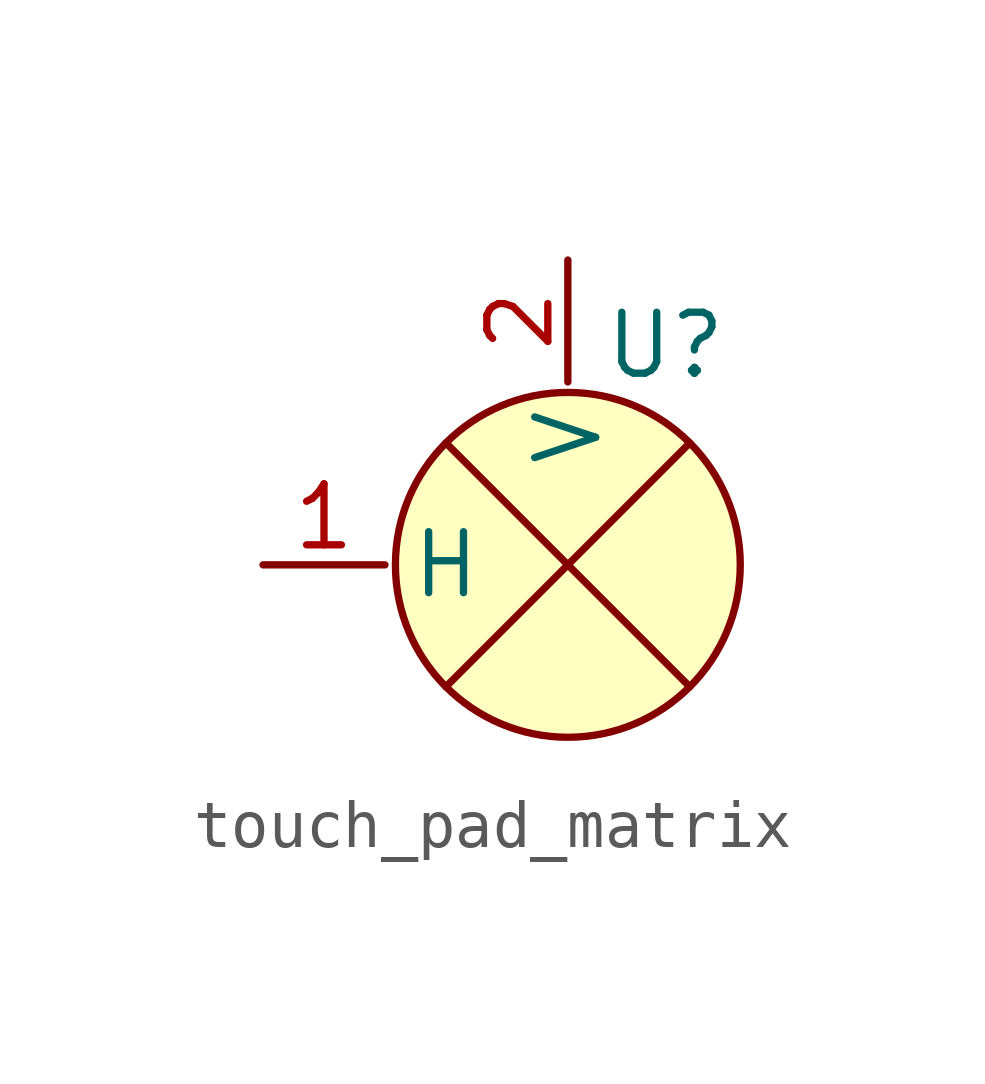
<source format=kicad_sym>
(kicad_symbol_lib
  (version 20231120)
  (generator "kicad_symbol_editor")
  (generator_version "8.0")
  (symbol "touch_pad_matrix"
    (property "Reference" "U"
      (at 2.032 -1.778 0)
      (effects (font (size 1.27 1.27))))
    (property "Value" ""
      (at 0 0 0)
      (effects (font (size 1.27 1.27))))
    (symbol "touch_pad_matrix_0_1"
      (polyline (pts (xy -2.54 -3.81) (xy 2.54 -8.89)) (stroke (width 0) (type default)) (fill (type none)))
      (polyline (pts (xy 2.54 -3.81) (xy -2.54 -8.89)) (stroke (width 0) (type default)) (fill (type none))))
    (symbol "touch_pad_matrix_1_1"
      (circle (center 0 -6.35) (radius 3.592) (stroke (width 0) (type default)) (fill (type background)))
      (pin input line (at -6.35 -6.35 0) (length 2.54) (name "H" (effects (font (size 1.27 1.27)))) (number "1" (effects (font (size 1.27 1.27)))))
      (pin input line (at 0 0 270) (length 2.54) (name "V" (effects (font (size 1.27 1.27)))) (number "2" (effects (font (size 1.27 1.27))))))))
</source>
